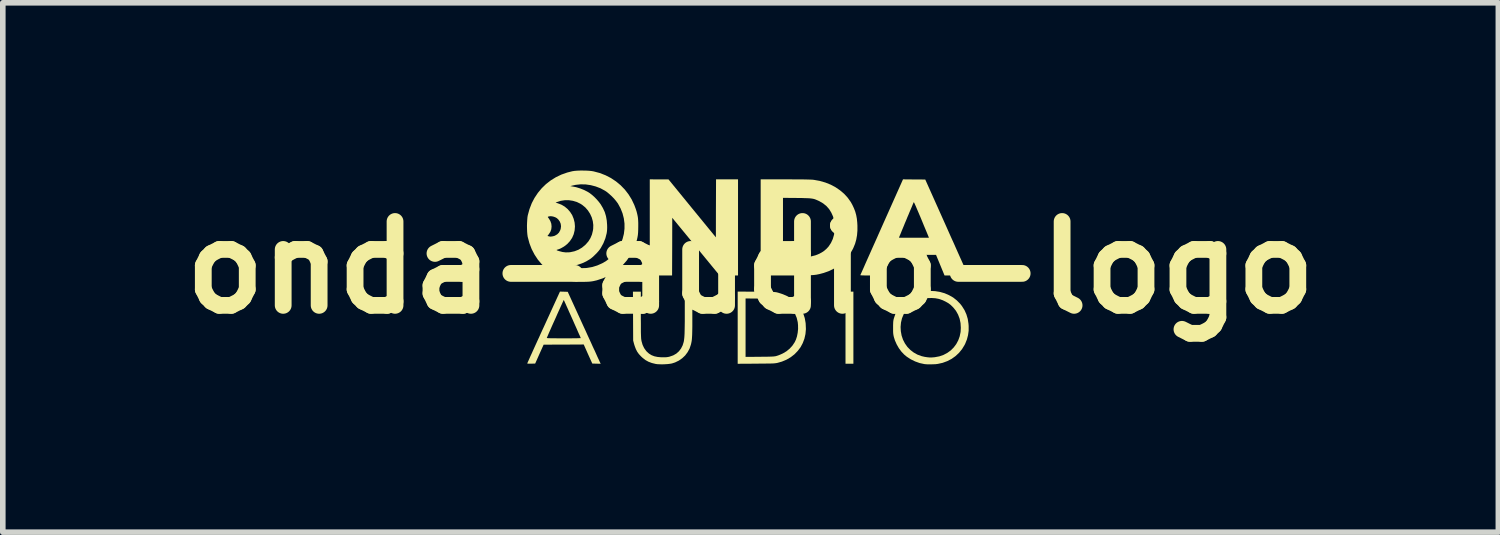
<source format=kicad_pcb>
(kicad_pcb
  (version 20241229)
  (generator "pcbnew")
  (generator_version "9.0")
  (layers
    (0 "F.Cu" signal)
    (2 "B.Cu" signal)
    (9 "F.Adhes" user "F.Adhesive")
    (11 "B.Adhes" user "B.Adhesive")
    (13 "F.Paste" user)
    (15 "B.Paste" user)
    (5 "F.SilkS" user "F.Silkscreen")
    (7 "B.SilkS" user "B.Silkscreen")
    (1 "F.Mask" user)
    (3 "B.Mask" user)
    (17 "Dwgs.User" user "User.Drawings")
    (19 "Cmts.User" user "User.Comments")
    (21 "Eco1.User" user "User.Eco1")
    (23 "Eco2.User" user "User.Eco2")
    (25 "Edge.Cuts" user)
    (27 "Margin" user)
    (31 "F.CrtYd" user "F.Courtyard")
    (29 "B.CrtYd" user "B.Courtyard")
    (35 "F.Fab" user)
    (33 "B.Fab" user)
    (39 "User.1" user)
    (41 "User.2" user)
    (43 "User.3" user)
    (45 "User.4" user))
  (footprint "onda-audio-logo"
    (layer "F.Cu")
    (at 10.371 1.732)
    (property "Reference" "onda-audio-logo" (at 0 0 0) (layer "F.SilkS") (effects (font (size 1.5 1.5) (thickness 0.3))))
    (attr board_only exclude_from_pos_files exclude_from_bom)
    (fp_poly (pts (xy 1.839 1.078) (xy 1.839 1.722) (xy 1.768 1.722) (xy 1.698 1.722) (xy 1.698 1.078) (xy 1.698 0.433) (xy 1.768 0.433) (xy 1.839 0.433)) (stroke (width 0) (type solid)) (fill yes) (layer "F.SilkS"))
    (fp_poly (pts (xy -0.224 -0.715) (xy -0.224 0.144) (xy -0.389 0.144) (xy -0.553 0.144) (xy -0.976 -0.371) (xy -1.4 -0.887) (xy -1.401 -0.371) (xy -1.403 0.144) (xy -1.603 0.144) (xy -1.802 0.144) (xy -1.802 -0.715) (xy -1.802 -1.575) (xy -1.635 -1.574) (xy -1.467 -1.574) (xy -1.044 -1.056) (xy -0.62 -0.538) (xy -0.619 -1.057) (xy -0.617 -1.575) (xy -0.421 -1.575) (xy -0.224 -1.575)) (stroke (width 0) (type solid)) (fill yes) (layer "F.SilkS"))
    (fp_poly (pts (xy -1.962 0.846) (xy -1.962 0.928) (xy -1.961 0.998) (xy -1.961 1.059) (xy -1.961 1.11) (xy -1.961 1.153) (xy -1.96 1.188) (xy -1.959 1.217) (xy -1.958 1.241) (xy -1.957 1.261) (xy -1.956 1.277) (xy -1.954 1.291) (xy -1.952 1.303) (xy -1.95 1.315) (xy -1.95 1.316) (xy -1.931 1.383) (xy -1.904 1.441) (xy -1.869 1.49) (xy -1.857 1.504) (xy -1.816 1.541) (xy -1.771 1.569) (xy -1.72 1.589) (xy -1.662 1.601) (xy -1.595 1.607) (xy -1.572 1.607) (xy -1.532 1.607) (xy -1.5 1.605) (xy -1.473 1.601) (xy -1.446 1.595) (xy -1.444 1.594) (xy -1.381 1.572) (xy -1.326 1.54) (xy -1.28 1.499) (xy -1.243 1.45) (xy -1.214 1.393) (xy -1.198 1.341) (xy -1.193 1.322) (xy -1.19 1.301) (xy -1.187 1.278) (xy -1.184 1.251) (xy -1.182 1.22) (xy -1.18 1.184) (xy -1.179 1.141) (xy -1.178 1.091) (xy -1.177 1.033) (xy -1.176 0.965) (xy -1.176 0.886) (xy -1.176 0.806) (xy -1.176 0.433) (xy -1.108 0.433) (xy -1.041 0.433) (xy -1.041 0.827) (xy -1.041 0.915) (xy -1.041 0.991) (xy -1.041 1.056) (xy -1.042 1.113) (xy -1.043 1.161) (xy -1.044 1.202) (xy -1.046 1.238) (xy -1.048 1.268) (xy -1.05 1.294) (xy -1.053 1.316) (xy -1.057 1.337) (xy -1.061 1.357) (xy -1.066 1.377) (xy -1.066 1.378) (xy -1.09 1.45) (xy -1.125 1.515) (xy -1.169 1.574) (xy -1.222 1.624) (xy -1.282 1.666) (xy -1.35 1.699) (xy -1.406 1.717) (xy -1.439 1.723) (xy -1.481 1.728) (xy -1.528 1.731) (xy -1.577 1.733) (xy -1.624 1.732) (xy -1.666 1.73) (xy -1.696 1.726) (xy -1.765 1.709) (xy -1.826 1.686) (xy -1.88 1.656) (xy -1.931 1.616) (xy -1.959 1.59) (xy -1.997 1.549) (xy -2.027 1.507) (xy -2.051 1.46) (xy -2.071 1.407) (xy -2.083 1.369) (xy -2.099 1.308) (xy -2.101 0.87) (xy -2.103 0.433) (xy -2.033 0.433) (xy -1.962 0.433)) (stroke (width 0) (type solid)) (fill yes) (layer "F.SilkS"))
    (fp_poly (pts (xy 2.925 -1.573) (xy 3.124 -1.572) (xy 3.507 -0.716) (xy 3.55 -0.619) (xy 3.592 -0.525) (xy 3.633 -0.435) (xy 3.671 -0.349) (xy 3.707 -0.268) (xy 3.741 -0.192) (xy 3.772 -0.123) (xy 3.8 -0.06) (xy 3.825 -0.005) (xy 3.846 0.043) (xy 3.863 0.082) (xy 3.876 0.111) (xy 3.885 0.131) (xy 3.889 0.141) (xy 3.89 0.142) (xy 3.884 0.142) (xy 3.867 0.143) (xy 3.841 0.143) (xy 3.806 0.144) (xy 3.765 0.144) (xy 3.719 0.144) (xy 3.679 0.144) (xy 3.469 0.144) (xy 3.393 -0.04) (xy 3.317 -0.224) (xy 2.92 -0.224) (xy 2.523 -0.224) (xy 2.447 -0.04) (xy 2.371 0.144) (xy 2.166 0.144) (xy 2.112 0.144) (xy 2.066 0.144) (xy 2.026 0.143) (xy 1.995 0.142) (xy 1.974 0.141) (xy 1.964 0.139) (xy 1.963 0.139) (xy 1.965 0.133) (xy 1.973 0.116) (xy 1.985 0.089) (xy 2.001 0.053) (xy 2.021 0.008) (xy 2.044 -0.045) (xy 2.071 -0.106) (xy 2.101 -0.173) (xy 2.134 -0.247) (xy 2.169 -0.326) (xy 2.207 -0.411) (xy 2.247 -0.5) (xy 2.261 -0.531) (xy 2.655 -0.531) (xy 2.922 -0.531) (xy 3.19 -0.531) (xy 3.182 -0.551) (xy 3.14 -0.653) (xy 3.102 -0.743) (xy 3.069 -0.824) (xy 3.04 -0.894) (xy 3.014 -0.955) (xy 2.992 -1.007) (xy 2.973 -1.051) (xy 2.958 -1.087) (xy 2.945 -1.116) (xy 2.935 -1.138) (xy 2.928 -1.153) (xy 2.922 -1.163) (xy 2.919 -1.167) (xy 2.918 -1.167) (xy 2.915 -1.159) (xy 2.907 -1.142) (xy 2.896 -1.115) (xy 2.882 -1.081) (xy 2.865 -1.041) (xy 2.846 -0.997) (xy 2.826 -0.948) (xy 2.804 -0.897) (xy 2.783 -0.845) (xy 2.761 -0.794) (xy 2.741 -0.744) (xy 2.721 -0.696) (xy 2.703 -0.653) (xy 2.688 -0.615) (xy 2.675 -0.584) (xy 2.665 -0.561) (xy 2.66 -0.548) (xy 2.659 -0.545) (xy 2.655 -0.531) (xy 2.261 -0.531) (xy 2.288 -0.593) (xy 2.331 -0.689) (xy 2.345 -0.721) (xy 2.726 -1.575)) (stroke (width 0) (type solid)) (fill yes) (layer "F.SilkS"))
    (fp_poly (pts (xy 0.103 0.434) (xy 0.176 0.435) (xy 0.237 0.435) (xy 0.289 0.436) (xy 0.331 0.437) (xy 0.366 0.437) (xy 0.394 0.438) (xy 0.417 0.439) (xy 0.435 0.441) (xy 0.45 0.442) (xy 0.462 0.444) (xy 0.474 0.447) (xy 0.486 0.45) (xy 0.488 0.45) (xy 0.58 0.48) (xy 0.664 0.517) (xy 0.738 0.563) (xy 0.803 0.617) (xy 0.859 0.678) (xy 0.906 0.747) (xy 0.942 0.823) (xy 0.969 0.905) (xy 0.985 0.995) (xy 0.986 1.011) (xy 0.99 1.103) (xy 0.982 1.191) (xy 0.963 1.275) (xy 0.933 1.354) (xy 0.894 1.427) (xy 0.844 1.493) (xy 0.786 1.553) (xy 0.719 1.605) (xy 0.644 1.649) (xy 0.561 1.684) (xy 0.488 1.705) (xy 0.476 1.708) (xy 0.464 1.71) (xy 0.451 1.712) (xy 0.435 1.714) (xy 0.416 1.716) (xy 0.392 1.717) (xy 0.363 1.718) (xy 0.326 1.718) (xy 0.282 1.719) (xy 0.229 1.72) (xy 0.165 1.72) (xy 0.103 1.721) (xy -0.23 1.723) (xy -0.23 1.078) (xy -0.23 1.077) (xy -0.089 1.077) (xy -0.089 1.6) (xy 0.164 1.598) (xy 0.227 1.597) (xy 0.279 1.597) (xy 0.322 1.596) (xy 0.356 1.595) (xy 0.383 1.594) (xy 0.405 1.593) (xy 0.422 1.591) (xy 0.437 1.589) (xy 0.45 1.587) (xy 0.462 1.584) (xy 0.467 1.582) (xy 0.493 1.574) (xy 0.526 1.561) (xy 0.56 1.546) (xy 0.579 1.537) (xy 0.643 1.499) (xy 0.7 1.452) (xy 0.749 1.398) (xy 0.789 1.338) (xy 0.811 1.292) (xy 0.83 1.234) (xy 0.843 1.169) (xy 0.85 1.101) (xy 0.849 1.033) (xy 0.844 0.979) (xy 0.826 0.903) (xy 0.797 0.833) (xy 0.758 0.769) (xy 0.709 0.712) (xy 0.652 0.663) (xy 0.586 0.621) (xy 0.512 0.588) (xy 0.467 0.574) (xy 0.454 0.57) (xy 0.441 0.567) (xy 0.428 0.565) (xy 0.412 0.563) (xy 0.393 0.562) (xy 0.369 0.561) (xy 0.338 0.56) (xy 0.299 0.559) (xy 0.252 0.558) (xy 0.194 0.558) (xy 0.164 0.557) (xy -0.089 0.555) (xy -0.089 1.077) (xy -0.23 1.077) (xy -0.23 0.432)) (stroke (width 0) (type solid)) (fill yes) (layer "F.SilkS"))
    (fp_poly (pts (xy -3.339 0.434) (xy -3.269 0.436) (xy -2.991 1.044) (xy -2.953 1.126) (xy -2.917 1.206) (xy -2.882 1.282) (xy -2.849 1.354) (xy -2.819 1.421) (xy -2.79 1.482) (xy -2.765 1.537) (xy -2.744 1.585) (xy -2.726 1.624) (xy -2.711 1.655) (xy -2.702 1.676) (xy -2.697 1.687) (xy -2.697 1.687) (xy -2.68 1.723) (xy -2.755 1.721) (xy -2.83 1.719) (xy -2.907 1.549) (xy -2.983 1.378) (xy -3.342 1.38) (xy -3.7 1.381) (xy -3.776 1.55) (xy -3.851 1.719) (xy -3.923 1.721) (xy -3.95 1.721) (xy -3.973 1.721) (xy -3.989 1.719) (xy -3.994 1.718) (xy -3.991 1.712) (xy -3.984 1.695) (xy -3.972 1.669) (xy -3.956 1.633) (xy -3.937 1.59) (xy -3.913 1.538) (xy -3.887 1.48) (xy -3.858 1.416) (xy -3.826 1.346) (xy -3.792 1.271) (xy -3.787 1.262) (xy -3.644 1.262) (xy -3.638 1.263) (xy -3.62 1.265) (xy -3.589 1.266) (xy -3.547 1.267) (xy -3.493 1.267) (xy -3.427 1.268) (xy -3.35 1.268) (xy -3.34 1.268) (xy -3.28 1.268) (xy -3.224 1.268) (xy -3.174 1.267) (xy -3.129 1.267) (xy -3.092 1.266) (xy -3.063 1.265) (xy -3.044 1.264) (xy -3.036 1.264) (xy -3.036 1.263) (xy -3.039 1.257) (xy -3.045 1.241) (xy -3.056 1.216) (xy -3.071 1.184) (xy -3.088 1.145) (xy -3.107 1.101) (xy -3.129 1.052) (xy -3.152 1.001) (xy -3.175 0.948) (xy -3.199 0.894) (xy -3.223 0.841) (xy -3.246 0.79) (xy -3.267 0.742) (xy -3.287 0.698) (xy -3.304 0.659) (xy -3.319 0.627) (xy -3.33 0.602) (xy -3.337 0.587) (xy -3.34 0.582) (xy -3.343 0.587) (xy -3.35 0.602) (xy -3.361 0.626) (xy -3.375 0.657) (xy -3.393 0.696) (xy -3.412 0.739) (xy -3.434 0.787) (xy -3.457 0.838) (xy -3.48 0.891) (xy -3.504 0.944) (xy -3.528 0.997) (xy -3.551 1.048) (xy -3.572 1.096) (xy -3.592 1.141) (xy -3.609 1.18) (xy -3.623 1.213) (xy -3.634 1.238) (xy -3.641 1.255) (xy -3.644 1.262) (xy -3.644 1.262) (xy -3.787 1.262) (xy -3.756 1.192) (xy -3.718 1.109) (xy -3.701 1.073) (xy -3.408 0.432)) (stroke (width 0) (type solid)) (fill yes) (layer "F.SilkS"))
    (fp_poly (pts (xy 0.625 -1.575) (xy 0.716 -1.575) (xy 0.796 -1.574) (xy 0.865 -1.574) (xy 0.924 -1.574) (xy 0.975 -1.573) (xy 1.017 -1.572) (xy 1.053 -1.571) (xy 1.081 -1.57) (xy 1.105 -1.569) (xy 1.123 -1.567) (xy 1.133 -1.566) (xy 1.238 -1.547) (xy 1.338 -1.518) (xy 1.433 -1.48) (xy 1.521 -1.433) (xy 1.601 -1.378) (xy 1.674 -1.316) (xy 1.738 -1.246) (xy 1.792 -1.17) (xy 1.82 -1.12) (xy 1.849 -1.058) (xy 1.872 -0.998) (xy 1.889 -0.937) (xy 1.901 -0.872) (xy 1.908 -0.801) (xy 1.911 -0.749) (xy 1.911 -0.658) (xy 1.904 -0.575) (xy 1.89 -0.497) (xy 1.869 -0.423) (xy 1.839 -0.35) (xy 1.83 -0.331) (xy 1.782 -0.246) (xy 1.724 -0.168) (xy 1.657 -0.098) (xy 1.582 -0.036) (xy 1.498 0.018) (xy 1.407 0.063) (xy 1.31 0.098) (xy 1.25 0.114) (xy 1.227 0.12) (xy 1.205 0.124) (xy 1.183 0.129) (xy 1.16 0.132) (xy 1.136 0.135) (xy 1.108 0.137) (xy 1.077 0.139) (xy 1.041 0.141) (xy 0.999 0.142) (xy 0.95 0.143) (xy 0.893 0.143) (xy 0.827 0.144) (xy 0.752 0.144) (xy 0.666 0.144) (xy 0.625 0.144) (xy 0.181 0.144) (xy 0.181 -0.715) (xy 0.181 -0.716) (xy 0.58 -0.716) (xy 0.58 -0.187) (xy 0.807 -0.187) (xy 0.871 -0.187) (xy 0.923 -0.188) (xy 0.967 -0.188) (xy 1.002 -0.189) (xy 1.03 -0.191) (xy 1.053 -0.193) (xy 1.072 -0.195) (xy 1.084 -0.197) (xy 1.162 -0.217) (xy 1.233 -0.246) (xy 1.298 -0.283) (xy 1.353 -0.328) (xy 1.394 -0.372) (xy 1.438 -0.438) (xy 1.471 -0.509) (xy 1.493 -0.586) (xy 1.505 -0.668) (xy 1.505 -0.752) (xy 1.495 -0.834) (xy 1.475 -0.911) (xy 1.444 -0.98) (xy 1.405 -1.043) (xy 1.356 -1.098) (xy 1.298 -1.145) (xy 1.231 -1.184) (xy 1.228 -1.186) (xy 1.201 -1.198) (xy 1.178 -1.208) (xy 1.156 -1.217) (xy 1.134 -1.224) (xy 1.11 -1.229) (xy 1.084 -1.233) (xy 1.054 -1.236) (xy 1.018 -1.238) (xy 0.974 -1.239) (xy 0.922 -1.241) (xy 0.86 -1.241) (xy 0.827 -1.242) (xy 0.58 -1.244) (xy 0.58 -0.716) (xy 0.181 -0.716) (xy 0.181 -1.575)) (stroke (width 0) (type solid)) (fill yes) (layer "F.SilkS"))
    (fp_poly (pts (xy 3.3 0.424) (xy 3.387 0.438) (xy 3.471 0.462) (xy 3.549 0.496) (xy 3.623 0.538) (xy 3.689 0.59) (xy 3.748 0.65) (xy 3.78 0.691) (xy 3.826 0.764) (xy 3.86 0.84) (xy 3.884 0.921) (xy 3.897 1.008) (xy 3.9 1.047) (xy 3.9 1.132) (xy 3.889 1.211) (xy 3.869 1.288) (xy 3.838 1.365) (xy 3.828 1.385) (xy 3.783 1.459) (xy 3.728 1.527) (xy 3.666 1.585) (xy 3.596 1.635) (xy 3.519 1.675) (xy 3.435 1.706) (xy 3.349 1.725) (xy 3.31 1.73) (xy 3.263 1.732) (xy 3.214 1.733) (xy 3.166 1.733) (xy 3.123 1.73) (xy 3.107 1.728) (xy 3.024 1.71) (xy 2.943 1.681) (xy 2.865 1.643) (xy 2.793 1.596) (xy 2.746 1.557) (xy 2.697 1.505) (xy 2.652 1.444) (xy 2.613 1.376) (xy 2.582 1.306) (xy 2.565 1.252) (xy 2.559 1.229) (xy 2.555 1.209) (xy 2.552 1.188) (xy 2.55 1.166) (xy 2.549 1.137) (xy 2.549 1.101) (xy 2.549 1.078) (xy 2.549 1.065) (xy 2.683 1.065) (xy 2.687 1.139) (xy 2.701 1.218) (xy 2.726 1.292) (xy 2.761 1.36) (xy 2.805 1.422) (xy 2.858 1.476) (xy 2.918 1.522) (xy 2.984 1.559) (xy 3.057 1.586) (xy 3.113 1.599) (xy 3.159 1.606) (xy 3.199 1.61) (xy 3.238 1.61) (xy 3.279 1.607) (xy 3.297 1.605) (xy 3.377 1.59) (xy 3.451 1.564) (xy 3.519 1.528) (xy 3.58 1.484) (xy 3.633 1.431) (xy 3.678 1.371) (xy 3.714 1.304) (xy 3.74 1.232) (xy 3.756 1.154) (xy 3.76 1.08) (xy 3.755 0.996) (xy 3.739 0.918) (xy 3.711 0.844) (xy 3.673 0.776) (xy 3.623 0.714) (xy 3.578 0.67) (xy 3.538 0.64) (xy 3.489 0.612) (xy 3.437 0.587) (xy 3.384 0.568) (xy 3.358 0.561) (xy 3.303 0.551) (xy 3.241 0.547) (xy 3.179 0.548) (xy 3.119 0.555) (xy 3.088 0.561) (xy 3.011 0.586) (xy 2.94 0.62) (xy 2.877 0.664) (xy 2.821 0.716) (xy 2.774 0.774) (xy 2.737 0.84) (xy 2.708 0.91) (xy 2.69 0.986) (xy 2.683 1.065) (xy 2.549 1.065) (xy 2.549 1.036) (xy 2.55 1.004) (xy 2.551 0.979) (xy 2.553 0.958) (xy 2.556 0.938) (xy 2.561 0.918) (xy 2.565 0.905) (xy 2.593 0.822) (xy 2.632 0.744) (xy 2.681 0.673) (xy 2.739 0.609) (xy 2.804 0.553) (xy 2.876 0.506) (xy 2.955 0.469) (xy 3.029 0.445) (xy 3.12 0.427) (xy 3.211 0.42)) (stroke (width 0) (type solid)) (fill yes) (layer "F.SilkS"))
    (fp_poly (pts (xy -2.937 -1.731) (xy -2.885 -1.728) (xy -2.839 -1.723) (xy -2.805 -1.717) (xy -2.696 -1.688) (xy -2.593 -1.648) (xy -2.496 -1.598) (xy -2.406 -1.538) (xy -2.324 -1.47) (xy -2.249 -1.393) (xy -2.183 -1.308) (xy -2.126 -1.216) (xy -2.079 -1.117) (xy -2.051 -1.042) (xy -2.037 -0.997) (xy -2.027 -0.957) (xy -2.019 -0.92) (xy -2.013 -0.883) (xy -2.01 -0.842) (xy -2.008 -0.796) (xy -2.008 -0.74) (xy -2.008 -0.734) (xy -2.009 -0.674) (xy -2.011 -0.623) (xy -2.015 -0.579) (xy -2.022 -0.538) (xy -2.031 -0.497) (xy -2.044 -0.454) (xy -2.057 -0.414) (xy -2.1 -0.31) (xy -2.152 -0.214) (xy -2.213 -0.124) (xy -2.284 -0.043) (xy -2.362 0.03) (xy -2.449 0.095) (xy -2.542 0.15) (xy -2.642 0.195) (xy -2.748 0.23) (xy -2.803 0.243) (xy -2.83 0.248) (xy -2.858 0.252) (xy -2.891 0.255) (xy -2.931 0.257) (xy -2.98 0.258) (xy -2.981 0.258) (xy -3.019 0.258) (xy -3.055 0.258) (xy -3.086 0.258) (xy -3.109 0.258) (xy -3.122 0.257) (xy -3.122 0.257) (xy -3.22 0.239) (xy -3.318 0.21) (xy -3.413 0.173) (xy -3.503 0.127) (xy -3.565 0.088) (xy -3.653 0.02) (xy -3.733 -0.056) (xy -3.803 -0.139) (xy -3.863 -0.23) (xy -3.914 -0.328) (xy -3.954 -0.432) (xy -3.983 -0.541) (xy -3.986 -0.553) (xy -3.987 -0.562) (xy -3.632 -0.562) (xy -3.615 -0.558) (xy -3.6 -0.555) (xy -3.592 -0.552) (xy -3.579 -0.551) (xy -3.558 -0.553) (xy -3.534 -0.557) (xy -3.511 -0.563) (xy -3.498 -0.568) (xy -3.457 -0.592) (xy -3.426 -0.623) (xy -3.404 -0.663) (xy -3.395 -0.69) (xy -3.389 -0.736) (xy -3.395 -0.781) (xy -3.412 -0.822) (xy -3.439 -0.859) (xy -3.465 -0.882) (xy -3.49 -0.896) (xy -3.52 -0.907) (xy -3.551 -0.914) (xy -3.579 -0.916) (xy -3.588 -0.915) (xy -3.611 -0.911) (xy -3.623 -0.906) (xy -3.625 -0.9) (xy -3.618 -0.889) (xy -3.607 -0.875) (xy -3.58 -0.83) (xy -3.563 -0.782) (xy -3.558 -0.733) (xy -3.563 -0.683) (xy -3.58 -0.636) (xy -3.608 -0.593) (xy -3.632 -0.562) (xy -3.987 -0.562) (xy -3.991 -0.59) (xy -3.995 -0.637) (xy -3.997 -0.69) (xy -3.998 -0.746) (xy -3.996 -0.802) (xy -3.993 -0.854) (xy -3.989 -0.901) (xy -3.983 -0.934) (xy -3.953 -1.043) (xy -3.913 -1.147) (xy -3.907 -1.159) (xy -3.486 -1.159) (xy -3.45 -1.148) (xy -3.384 -1.123) (xy -3.324 -1.088) (xy -3.271 -1.044) (xy -3.226 -0.992) (xy -3.189 -0.934) (xy -3.163 -0.87) (xy -3.146 -0.802) (xy -3.14 -0.734) (xy -3.146 -0.661) (xy -3.163 -0.592) (xy -3.191 -0.528) (xy -3.23 -0.47) (xy -3.278 -0.418) (xy -3.335 -0.374) (xy -3.382 -0.347) (xy -3.406 -0.335) (xy -3.43 -0.326) (xy -3.447 -0.32) (xy -3.451 -0.319) (xy -3.465 -0.315) (xy -3.468 -0.31) (xy -3.459 -0.304) (xy -3.44 -0.297) (xy -3.424 -0.292) (xy -3.363 -0.276) (xy -3.306 -0.269) (xy -3.248 -0.27) (xy -3.222 -0.273) (xy -3.148 -0.289) (xy -3.078 -0.316) (xy -3.014 -0.354) (xy -2.955 -0.403) (xy -2.947 -0.411) (xy -2.899 -0.466) (xy -2.863 -0.524) (xy -2.836 -0.588) (xy -2.819 -0.658) (xy -2.814 -0.69) (xy -2.812 -0.759) (xy -2.821 -0.828) (xy -2.84 -0.895) (xy -2.87 -0.96) (xy -2.908 -1.019) (xy -2.955 -1.073) (xy -3.01 -1.118) (xy -3.041 -1.138) (xy -3.106 -1.17) (xy -3.176 -1.191) (xy -3.248 -1.202) (xy -3.321 -1.202) (xy -3.393 -1.191) (xy -3.462 -1.169) (xy -3.465 -1.168) (xy -3.486 -1.159) (xy -3.907 -1.159) (xy -3.863 -1.243) (xy -3.803 -1.333) (xy -3.734 -1.416) (xy -3.695 -1.454) (xy -3.223 -1.454) (xy -3.193 -1.449) (xy -3.12 -1.435) (xy -3.045 -1.412) (xy -2.973 -1.383) (xy -2.906 -1.348) (xy -2.876 -1.329) (xy -2.836 -1.298) (xy -2.793 -1.26) (xy -2.752 -1.218) (xy -2.714 -1.174) (xy -2.683 -1.133) (xy -2.682 -1.132) (xy -2.64 -1.061) (xy -2.607 -0.99) (xy -2.585 -0.917) (xy -2.571 -0.838) (xy -2.565 -0.761) (xy -2.564 -0.717) (xy -2.565 -0.682) (xy -2.567 -0.651) (xy -2.571 -0.623) (xy -2.572 -0.614) (xy -2.596 -0.521) (xy -2.631 -0.433) (xy -2.677 -0.349) (xy -2.693 -0.325) (xy -2.716 -0.295) (xy -2.747 -0.26) (xy -2.782 -0.225) (xy -2.817 -0.191) (xy -2.852 -0.162) (xy -2.876 -0.145) (xy -2.94 -0.107) (xy -3.012 -0.074) (xy -3.088 -0.048) (xy -3.164 -0.029) (xy -3.193 -0.024) (xy -3.223 -0.02) (xy -3.177 -0.008) (xy -3.1 0.007) (xy -3.025 0.013) (xy -2.949 0.011) (xy -2.926 0.009) (xy -2.832 -0.007) (xy -2.741 -0.035) (xy -2.653 -0.074) (xy -2.59 -0.11) (xy -2.551 -0.139) (xy -2.508 -0.175) (xy -2.466 -0.217) (xy -2.426 -0.26) (xy -2.391 -0.302) (xy -2.368 -0.336) (xy -2.322 -0.421) (xy -2.288 -0.51) (xy -2.265 -0.6) (xy -2.254 -0.693) (xy -2.254 -0.785) (xy -2.266 -0.877) (xy -2.289 -0.967) (xy -2.324 -1.055) (xy -2.37 -1.14) (xy -2.376 -1.149) (xy -2.405 -1.188) (xy -2.441 -1.231) (xy -2.482 -1.273) (xy -2.526 -1.313) (xy -2.568 -1.348) (xy -2.602 -1.371) (xy -2.683 -1.415) (xy -2.769 -1.448) (xy -2.857 -1.471) (xy -2.947 -1.484) (xy -3.037 -1.486) (xy -3.125 -1.477) (xy -3.18 -1.465) (xy -3.223 -1.454) (xy -3.695 -1.454) (xy -3.658 -1.49) (xy -3.573 -1.556) (xy -3.481 -1.613) (xy -3.383 -1.66) (xy -3.278 -1.697) (xy -3.187 -1.72) (xy -3.149 -1.726) (xy -3.102 -1.73) (xy -3.049 -1.732) (xy -2.993 -1.732)) (stroke (width 0) (type solid)) (fill yes) (layer "F.SilkS")))
  (gr_rect
    (start -3 -3)
    (end 23.743 6.466)
    (stroke (width 0.1) (type default))
    (fill no)
    (layer "Edge.Cuts")))
</source>
